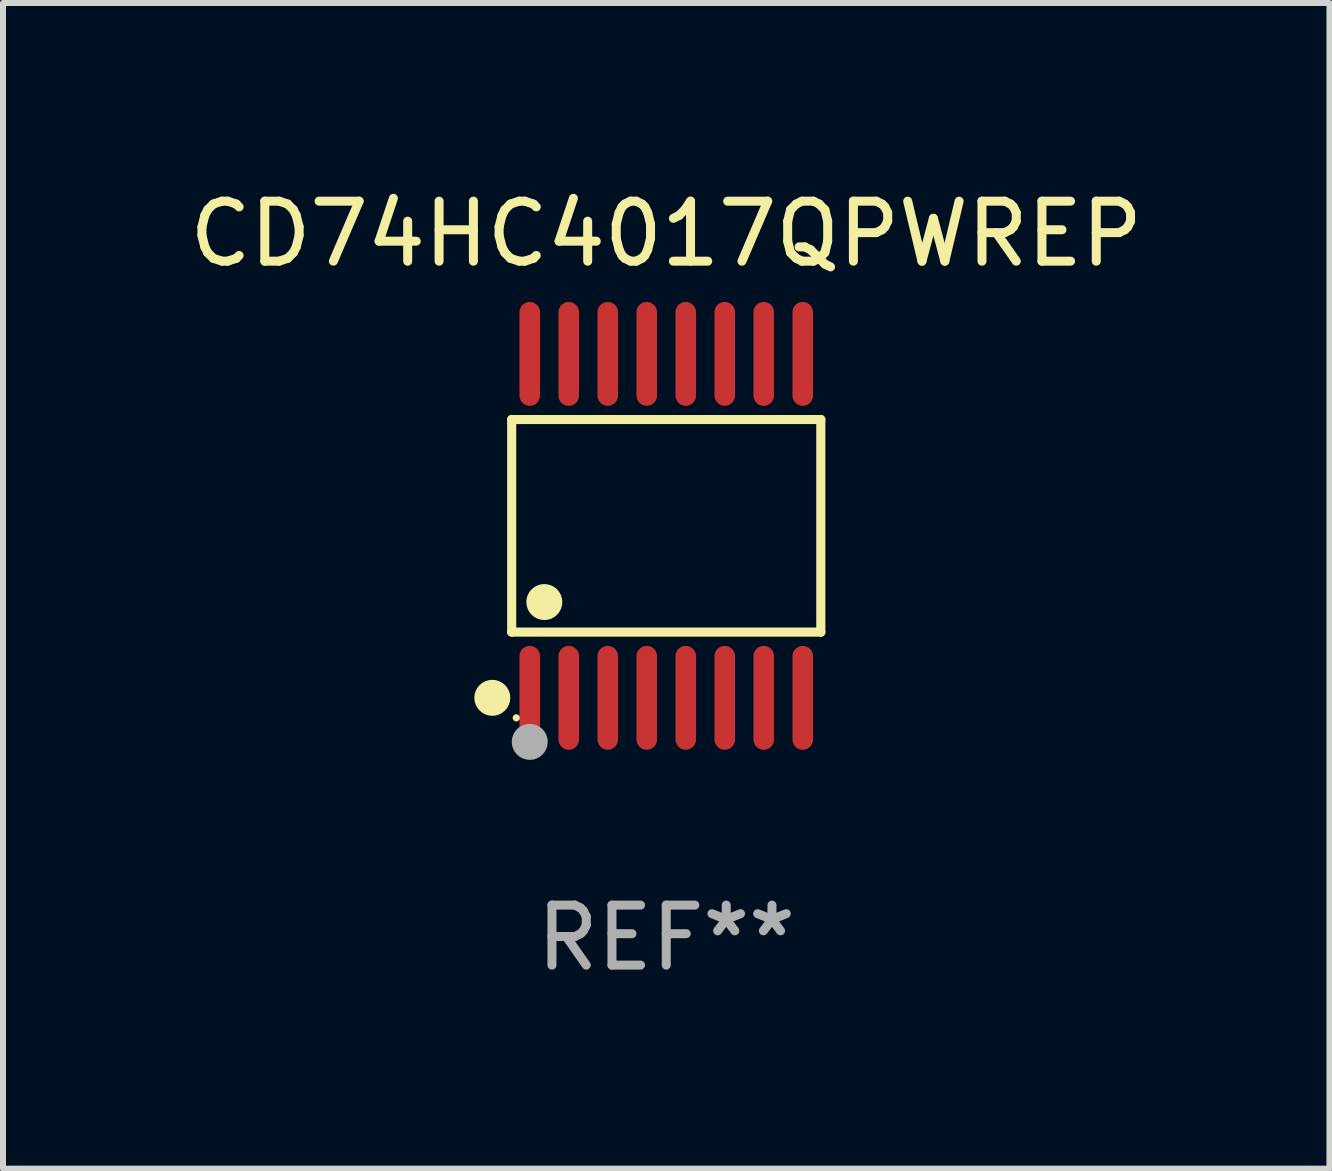
<source format=kicad_pcb>
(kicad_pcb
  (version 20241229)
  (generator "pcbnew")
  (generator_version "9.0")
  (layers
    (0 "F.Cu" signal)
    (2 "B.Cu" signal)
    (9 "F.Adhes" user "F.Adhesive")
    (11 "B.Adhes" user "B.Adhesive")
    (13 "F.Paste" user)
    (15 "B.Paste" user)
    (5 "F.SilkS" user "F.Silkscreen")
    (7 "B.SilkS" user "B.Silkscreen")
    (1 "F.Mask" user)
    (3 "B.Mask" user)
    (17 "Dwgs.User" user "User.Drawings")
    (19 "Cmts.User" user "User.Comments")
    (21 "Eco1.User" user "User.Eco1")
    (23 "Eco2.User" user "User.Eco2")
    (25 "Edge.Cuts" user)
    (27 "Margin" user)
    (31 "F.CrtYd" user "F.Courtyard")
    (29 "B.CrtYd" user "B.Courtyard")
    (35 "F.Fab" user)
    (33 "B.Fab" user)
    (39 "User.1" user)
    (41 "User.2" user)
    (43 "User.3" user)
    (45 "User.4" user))
  (footprint "CD74HC4017QPWREP"
    (layer "F.Cu")
    (at 8.054 5.714)
    (property "Reference" "CD74HC4017QPWREP" (at 0 -4.866 0) (layer "F.SilkS") (effects (font (size 1 1) (thickness 0.15))))
    (attr through_hole)
    (fp_line (start -2.576 -1.772) (end 2.576 -1.772) (stroke (width 0.152) (type solid)) (layer "F.SilkS"))
    (fp_line (start -2.576 1.771) (end -2.576 -1.772) (stroke (width 0.152) (type solid)) (layer "F.SilkS"))
    (fp_line (start 2.576 -1.772) (end 2.576 1.771) (stroke (width 0.152) (type solid)) (layer "F.SilkS"))
    (fp_line (start 2.576 1.771) (end -2.576 1.771) (stroke (width 0.152) (type solid)) (layer "F.SilkS"))
    (fp_circle (center -2.899 2.866) (end -2.749 2.866) (stroke (width 0.3) (type solid)) (fill no) (layer "F.SilkS"))
    (fp_circle (center -2.5 3.2) (end -2.47 3.2) (stroke (width 0.06) (type solid)) (fill no) (layer "F.SilkS"))
    (fp_circle (center -2.032 1.27) (end -1.882 1.27) (stroke (width 0.3) (type solid)) (fill no) (layer "F.SilkS"))
    (fp_circle (center -2.275 3.6) (end -2.125 3.6) (stroke (width 0.3) (type solid)) (fill no) (layer "F.Fab"))
    (fp_text user "REF**" (at 0 6.866 0) (layer "F.Fab") (effects (font (size 1 1) (thickness 0.15))))
    (pad "1" smd oval (at -2.275 2.866) (size 0.343 1.731) (layers "F.Cu" "F.Mask" "F.Paste"))
    (pad "2" smd oval (at -1.625 2.866) (size 0.343 1.731) (layers "F.Cu" "F.Mask" "F.Paste"))
    (pad "3" smd oval (at -0.975 2.866) (size 0.343 1.731) (layers "F.Cu" "F.Mask" "F.Paste"))
    (pad "4" smd oval (at -0.325 2.866) (size 0.343 1.731) (layers "F.Cu" "F.Mask" "F.Paste"))
    (pad "5" smd oval (at 0.325 2.866) (size 0.343 1.731) (layers "F.Cu" "F.Mask" "F.Paste"))
    (pad "6" smd oval (at 0.975 2.866) (size 0.343 1.731) (layers "F.Cu" "F.Mask" "F.Paste"))
    (pad "7" smd oval (at 1.625 2.866) (size 0.343 1.731) (layers "F.Cu" "F.Mask" "F.Paste"))
    (pad "8" smd oval (at 2.275 2.866) (size 0.343 1.731) (layers "F.Cu" "F.Mask" "F.Paste"))
    (pad "9" smd oval (at 2.275 -2.866) (size 0.343 1.731) (layers "F.Cu" "F.Mask" "F.Paste"))
    (pad "10" smd oval (at 1.625 -2.866) (size 0.343 1.731) (layers "F.Cu" "F.Mask" "F.Paste"))
    (pad "11" smd oval (at 0.975 -2.866) (size 0.343 1.731) (layers "F.Cu" "F.Mask" "F.Paste"))
    (pad "12" smd oval (at 0.325 -2.866) (size 0.343 1.731) (layers "F.Cu" "F.Mask" "F.Paste"))
    (pad "13" smd oval (at -0.325 -2.866) (size 0.343 1.731) (layers "F.Cu" "F.Mask" "F.Paste"))
    (pad "14" smd oval (at -0.975 -2.866) (size 0.343 1.731) (layers "F.Cu" "F.Mask" "F.Paste"))
    (pad "15" smd oval (at -1.625 -2.866) (size 0.343 1.731) (layers "F.Cu" "F.Mask" "F.Paste"))
    (pad "16" smd oval (at -2.275 -2.866) (size 0.343 1.731) (layers "F.Cu" "F.Mask" "F.Paste")))
  (gr_rect
    (start -3 -3)
    (end 19.107 16.428)
    (stroke (width 0.1) (type default))
    (fill no)
    (layer "Edge.Cuts")))
</source>
